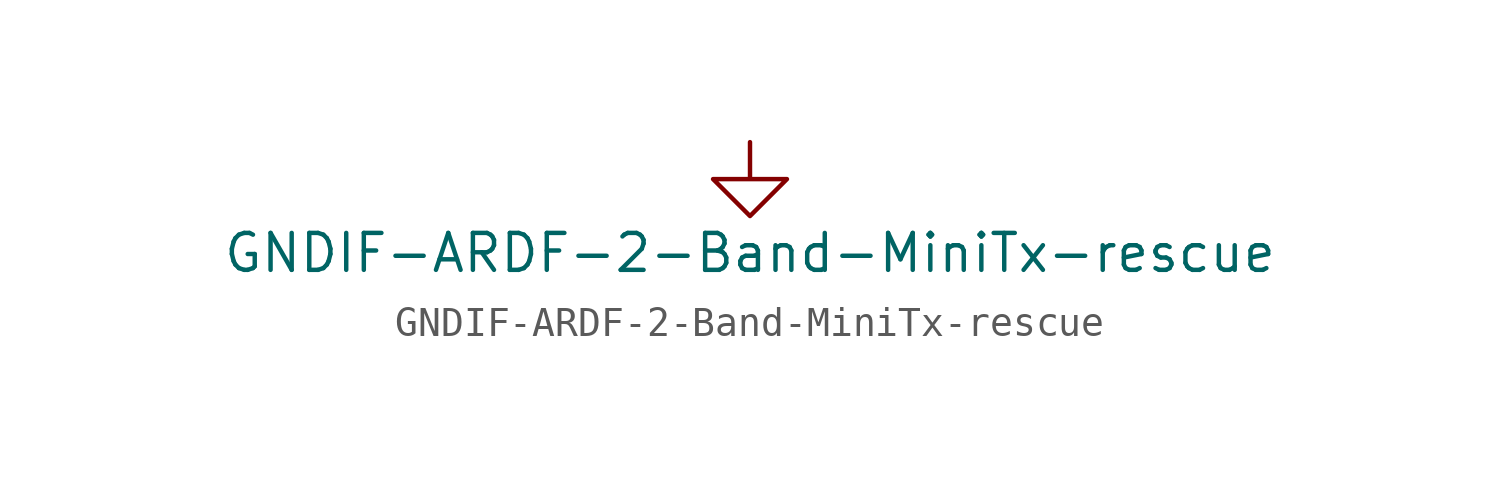
<source format=kicad_sym>
(kicad_symbol_lib
  (version 20211014)
  (generator kicad_symbol_editor)
  (symbol "GNDIF-ARDF-2-Band-MiniTx-rescue"
    (power)
    (pin_names
      (offset 0))
    (property "Reference" "#PWR"
      (at 0 -6.35 0)
      (effects (font (size 1.27 1.27)) hide))
    (property "Value" "GNDIF-ARDF-2-Band-MiniTx-rescue"
      (at 0 -3.81 0)
      (effects (font (size 1.27 1.27))))
    (property "Footprint" ""
      (at 0 0 0)
      (effects (font (size 1.27 1.27))))
    (property "Datasheet" ""
      (at 0 0 0)
      (effects (font (size 1.27 1.27))))
    (symbol "GNDIF-ARDF-2-Band-MiniTx-rescue_0_1"
      (polyline (pts (xy 0 0) (xy 0 -1.27) (xy 1.27 -1.27) (xy 0 -2.54) (xy -1.27 -1.27) (xy 0 -1.27)) (stroke (width 0) (type default) (color 0 0 0 0)) (fill (type none))))
    (symbol "GNDIF-ARDF-2-Band-MiniTx-rescue_1_1"
      (pin power_in line (at 0 0 270) (length 0) hide (name "GNDIF" (effects (font (size 1.27 1.27)))) (number "1" (effects (font (size 1.27 1.27))))))))
</source>
